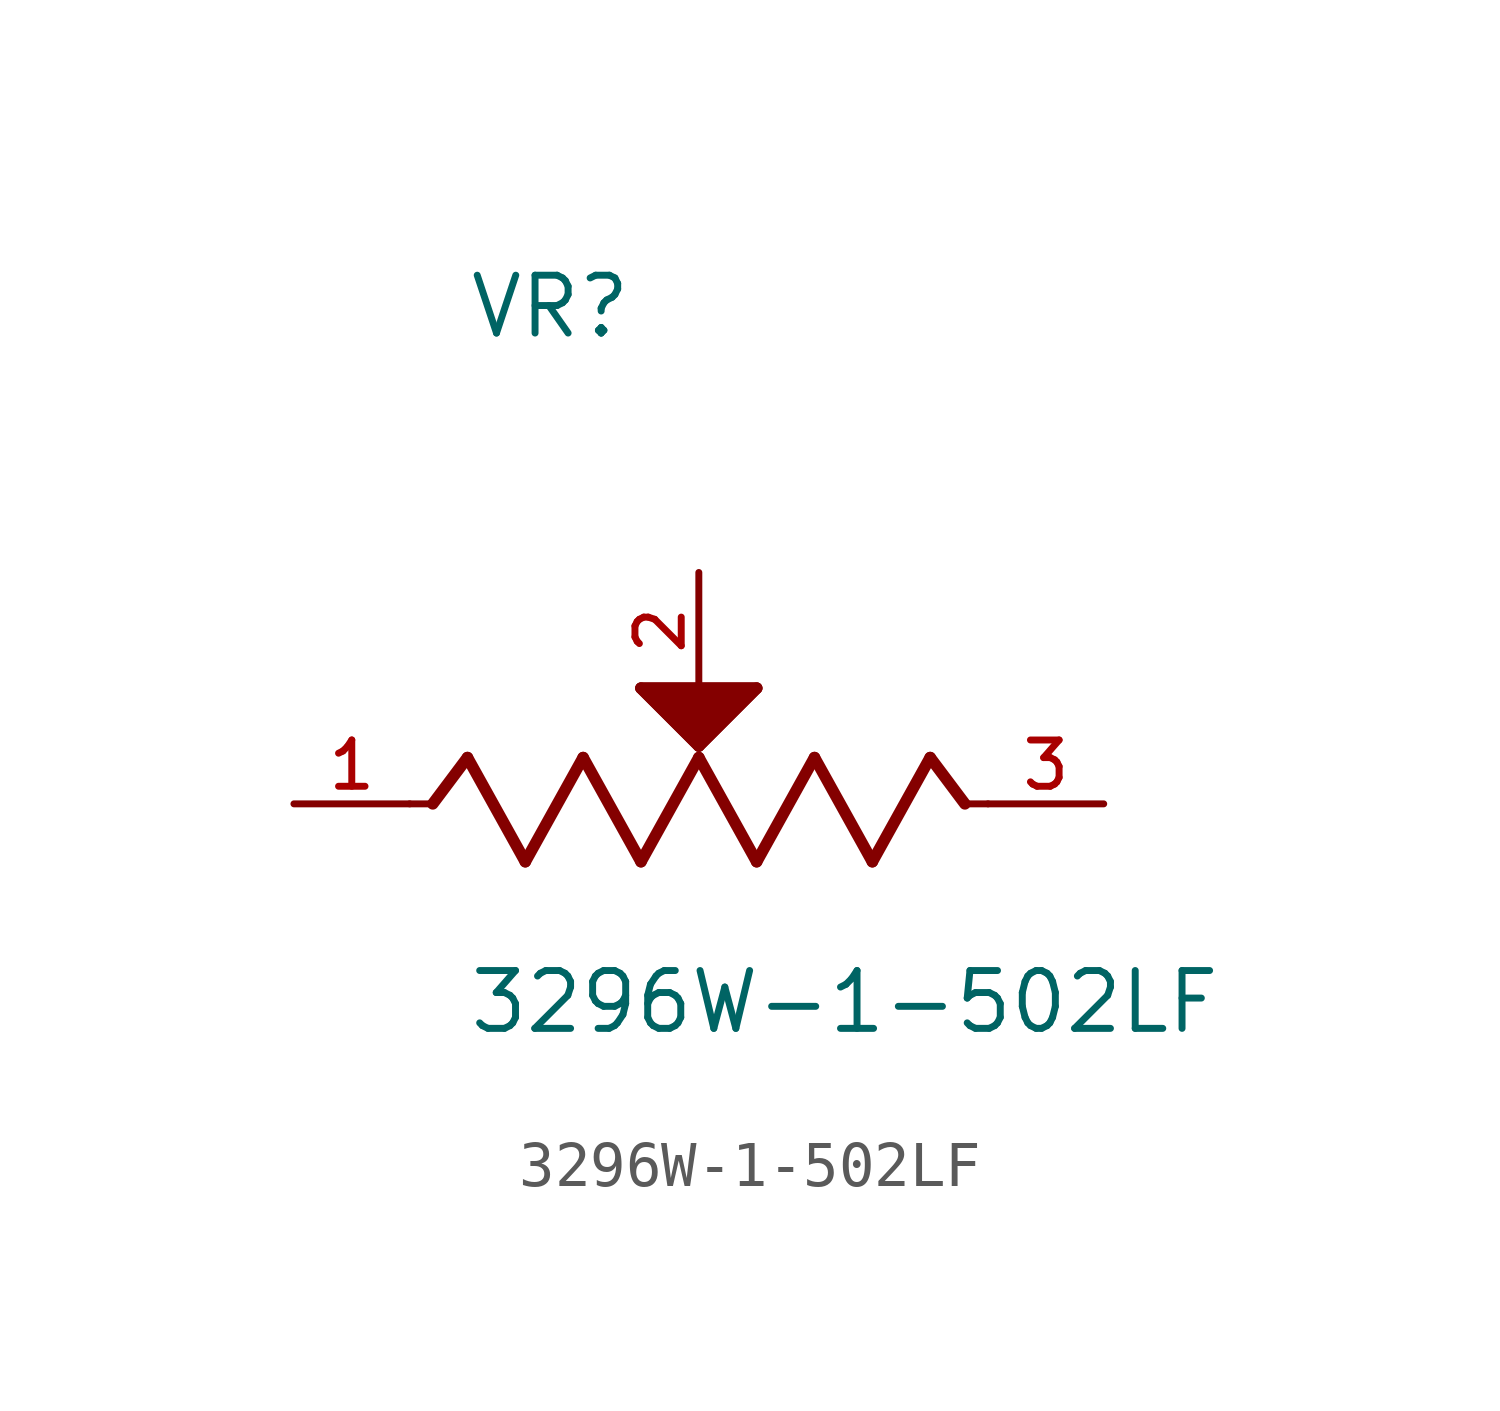
<source format=kicad_sym>
(kicad_symbol_lib
  (version 20211014)
  (generator kicad_symbol_editor)
  (symbol "3296W-1-502LF"
    (pin_names
      (offset 1.016))
    (property "Reference" "VR"
      (at -5.087 10.174 0)
      (effects (font (size 1.27 1.27)) (justify bottom left)))
    (property "Value" "3296W-1-502LF"
      (at -5.093 -5.093 0)
      (effects (font (size 1.27 1.27)) (justify bottom left)))
    (symbol "3296W-1-502LF_0_0"
      (polyline (pts (xy -6.35 0.0) (xy -5.842 0.0)) (stroke (width 0.152)))
      (polyline (pts (xy -5.842 0.0) (xy -5.08 1.016)) (stroke (width 0.254)))
      (polyline (pts (xy -5.08 1.016) (xy -3.81 -1.27)) (stroke (width 0.254)))
      (polyline (pts (xy -3.81 -1.27) (xy -2.54 1.016)) (stroke (width 0.254)))
      (polyline (pts (xy -2.54 1.016) (xy -1.27 -1.27)) (stroke (width 0.254)))
      (polyline (pts (xy -1.27 -1.27) (xy 0.0 1.016)) (stroke (width 0.254)))
      (polyline (pts (xy 0.0 1.016) (xy 1.27 -1.27)) (stroke (width 0.254)))
      (polyline (pts (xy 1.27 -1.27) (xy 2.54 1.016)) (stroke (width 0.254)))
      (polyline (pts (xy 2.54 1.016) (xy 3.81 -1.27)) (stroke (width 0.254)))
      (polyline (pts (xy 3.81 -1.27) (xy 5.08 1.016)) (stroke (width 0.254)))
      (polyline (pts (xy 5.842 0.0) (xy 5.08 1.016)) (stroke (width 0.254)))
      (polyline (pts (xy 5.842 0.0) (xy 6.35 0.0)) (stroke (width 0.152)))
      (polyline (pts (xy 0.0 1.27) (xy -1.27 2.54)) (stroke (width 0.254)))
      (polyline (pts (xy -1.27 2.54) (xy 1.27 2.54)) (stroke (width 0.254)))
      (polyline (pts (xy 1.27 2.54) (xy 0.0 1.27)) (stroke (width 0.254)))
      (polyline (pts (xy -1.27 2.54) (xy 1.27 2.54) (xy 0.0 1.27) (xy -1.27 2.54)) (stroke (width 0.254)) (fill (type outline)))
      (pin passive line (at -8.89 0.0 0) (length 2.54) (name "~" (effects (font (size 1.016 1.016)))) (number "1" (effects (font (size 1.016 1.016)))))
      (pin passive line (at 8.89 0.0 180.0) (length 2.54) (name "~" (effects (font (size 1.016 1.016)))) (number "3" (effects (font (size 1.016 1.016)))))
      (pin passive line (at 0.0 5.08 270.0) (length 2.54) (name "~" (effects (font (size 1.016 1.016)))) (number "2" (effects (font (size 1.016 1.016))))))))
</source>
